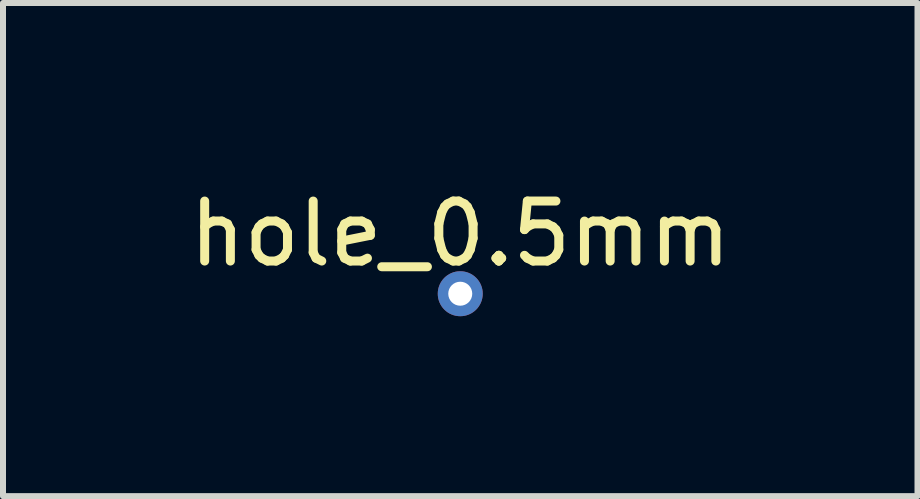
<source format=kicad_pcb>
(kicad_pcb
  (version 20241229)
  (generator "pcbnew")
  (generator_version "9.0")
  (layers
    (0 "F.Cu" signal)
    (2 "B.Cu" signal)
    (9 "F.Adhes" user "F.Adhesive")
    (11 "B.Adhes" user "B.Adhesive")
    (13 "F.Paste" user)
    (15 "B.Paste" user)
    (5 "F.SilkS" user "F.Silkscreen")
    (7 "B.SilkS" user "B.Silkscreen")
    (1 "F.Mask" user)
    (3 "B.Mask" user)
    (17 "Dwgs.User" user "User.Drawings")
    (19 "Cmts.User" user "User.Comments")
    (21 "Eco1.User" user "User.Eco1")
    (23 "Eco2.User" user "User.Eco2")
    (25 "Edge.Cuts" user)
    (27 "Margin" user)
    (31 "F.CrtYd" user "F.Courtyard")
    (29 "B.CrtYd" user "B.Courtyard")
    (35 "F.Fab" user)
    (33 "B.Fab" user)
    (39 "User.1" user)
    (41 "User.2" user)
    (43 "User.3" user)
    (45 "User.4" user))
  (footprint "hole_0.5mm"
    (layer "F.Cu")
    (at 4.625 1.848)
    (property "Reference" "hole_0.5mm" (at 0 -1 0) (unlocked yes) (layer "F.SilkS") (effects (font (size 1 1) (thickness 0.15))))
    (attr through_hole)
    (pad "1" thru_hole circle (at 0 0) (size 0.75 0.75) (drill 0.4) (layers "*.Cu" "*.Mask")))
  (gr_rect
    (start -3 -3)
    (end 12.25 5.223)
    (stroke (width 0.1) (type default))
    (fill no)
    (layer "Edge.Cuts")))
</source>
